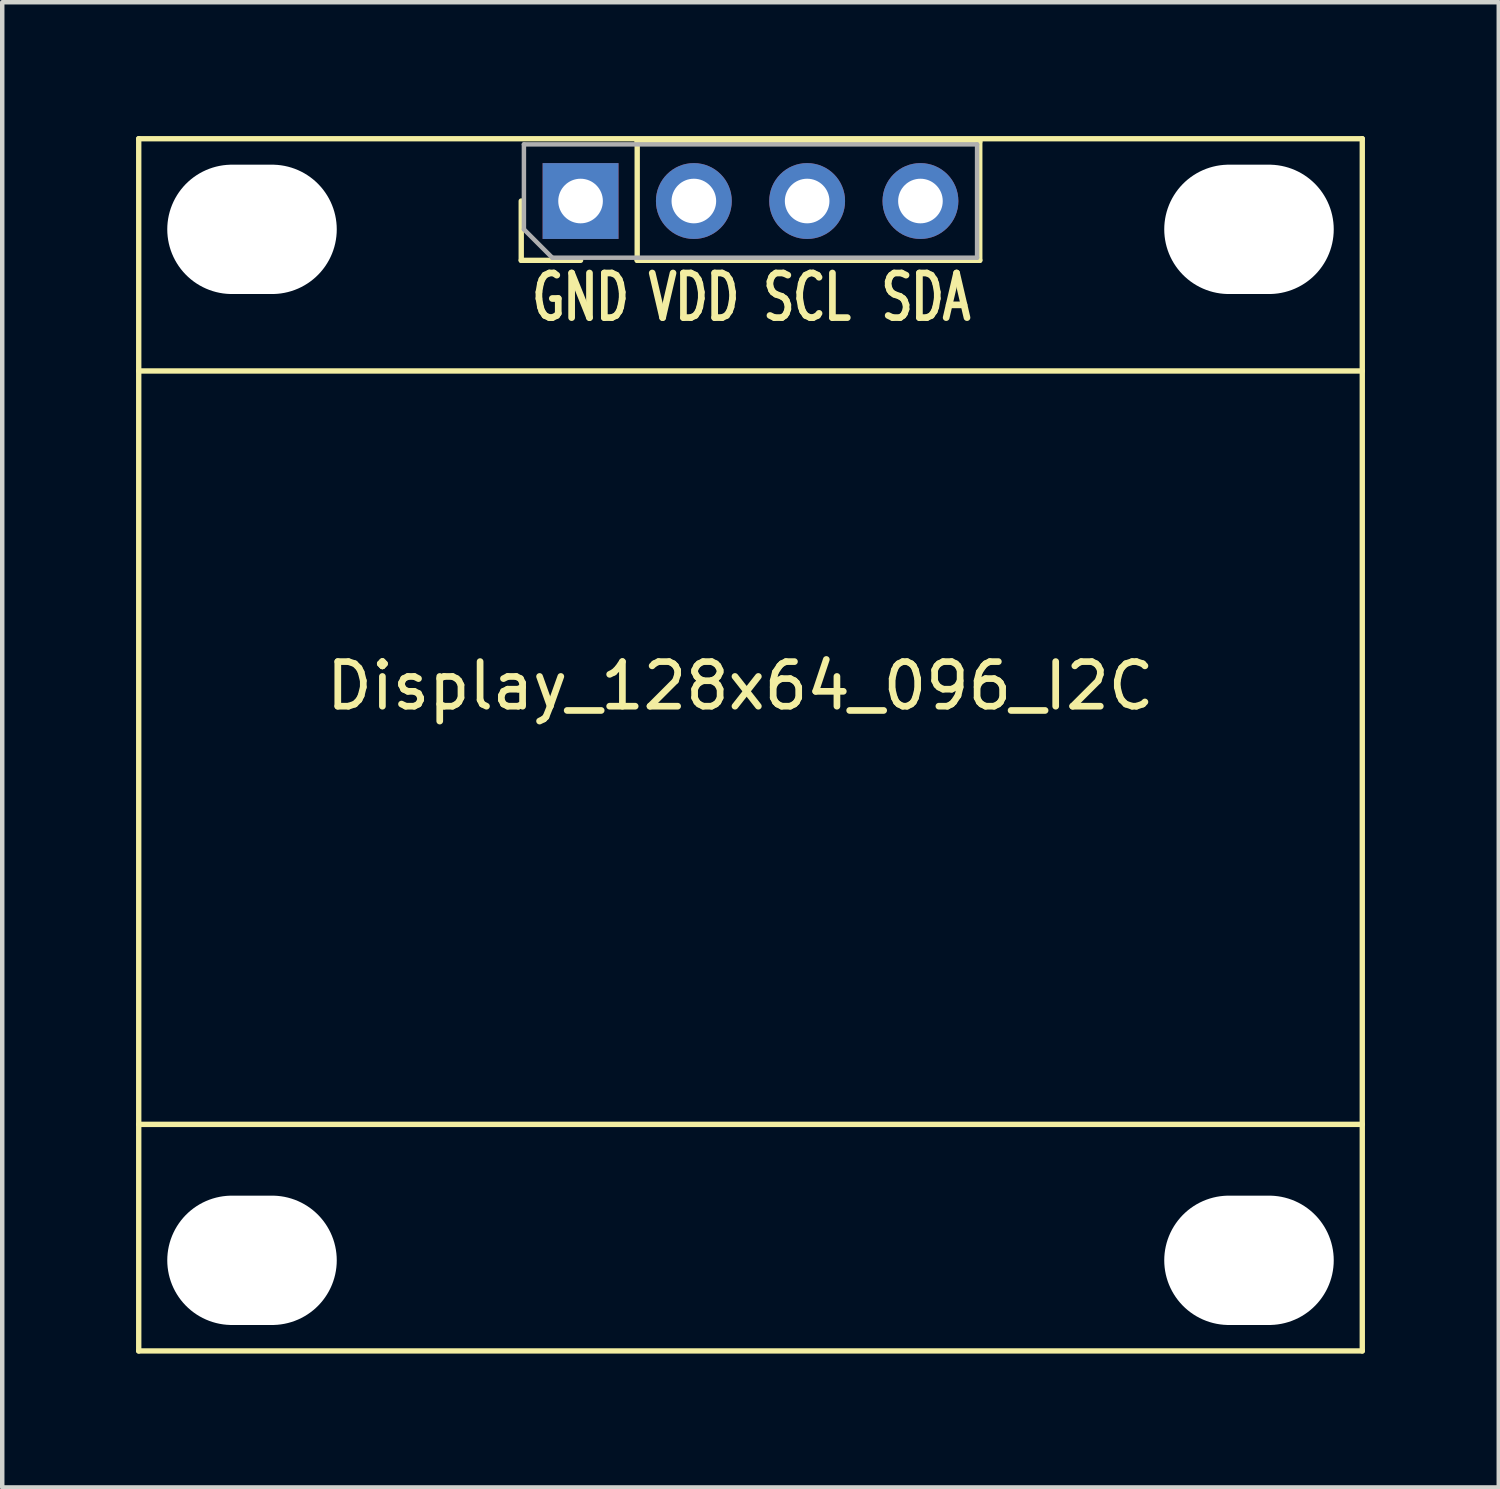
<source format=kicad_pcb>
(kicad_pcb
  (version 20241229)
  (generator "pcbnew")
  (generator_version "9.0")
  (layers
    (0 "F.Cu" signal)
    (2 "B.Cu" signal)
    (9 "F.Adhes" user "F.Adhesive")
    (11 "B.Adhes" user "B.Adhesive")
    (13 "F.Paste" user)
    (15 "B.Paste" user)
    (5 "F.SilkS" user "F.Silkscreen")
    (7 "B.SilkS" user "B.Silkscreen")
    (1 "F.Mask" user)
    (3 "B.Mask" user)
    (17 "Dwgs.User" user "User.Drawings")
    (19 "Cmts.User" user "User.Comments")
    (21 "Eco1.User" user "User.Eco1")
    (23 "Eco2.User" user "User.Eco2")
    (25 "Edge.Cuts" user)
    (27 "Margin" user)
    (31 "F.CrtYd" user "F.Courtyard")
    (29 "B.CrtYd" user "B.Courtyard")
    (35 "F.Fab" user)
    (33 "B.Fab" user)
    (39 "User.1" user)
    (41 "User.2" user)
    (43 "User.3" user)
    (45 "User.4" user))
  (footprint "Display_128x64_096_I2C"
    (layer "F.Cu")
    (at 13.776 1.457)
    (property "Reference" "Display_128x64_096_I2C" (at -0.229 10.871 0) (layer "F.SilkS") (effects (font (size 1 1) (thickness 0.15))))
    (attr through_hole)
    (fp_line (start -13.716 -1.397) (end 13.716 -1.397) (stroke (width 0.12) (type solid)) (layer "F.SilkS"))
    (fp_line (start -13.716 3.81) (end 13.716 3.81) (stroke (width 0.12) (type solid)) (layer "F.SilkS"))
    (fp_line (start -13.716 20.701) (end 13.716 20.701) (stroke (width 0.12) (type solid)) (layer "F.SilkS"))
    (fp_line (start -13.716 25.781) (end -13.716 -1.397) (stroke (width 0.12) (type solid)) (layer "F.SilkS"))
    (fp_line (start -5.14 1.33) (end -5.14 0) (stroke (width 0.12) (type solid)) (layer "F.SilkS"))
    (fp_line (start -3.81 1.33) (end -5.14 1.33) (stroke (width 0.12) (type solid)) (layer "F.SilkS"))
    (fp_line (start -2.54 -1.33) (end 5.14 -1.33) (stroke (width 0.12) (type solid)) (layer "F.SilkS"))
    (fp_line (start -2.54 1.33) (end -2.54 -1.33) (stroke (width 0.12) (type solid)) (layer "F.SilkS"))
    (fp_line (start -2.54 1.33) (end 5.14 1.33) (stroke (width 0.12) (type solid)) (layer "F.SilkS"))
    (fp_line (start 5.14 1.33) (end 5.14 -1.33) (stroke (width 0.12) (type solid)) (layer "F.SilkS"))
    (fp_line (start 13.716 25.781) (end -13.716 25.781) (stroke (width 0.12) (type solid)) (layer "F.SilkS"))
    (fp_line (start 13.716 25.781) (end 13.716 -1.397) (stroke (width 0.12) (type solid)) (layer "F.SilkS"))
    (fp_line (start -5.08 -1.27) (end 5.08 -1.27) (stroke (width 0.1) (type solid)) (layer "F.Fab"))
    (fp_line (start -5.08 0.635) (end -5.08 -1.27) (stroke (width 0.1) (type solid)) (layer "F.Fab"))
    (fp_line (start -4.445 1.27) (end -5.08 0.635) (stroke (width 0.1) (type solid)) (layer "F.Fab"))
    (fp_line (start 5.08 -1.27) (end 5.08 1.27) (stroke (width 0.1) (type solid)) (layer "F.Fab"))
    (fp_line (start 5.08 1.27) (end -4.445 1.27) (stroke (width 0.1) (type solid)) (layer "F.Fab"))
    (fp_text user "VDD" (at -1.27 2.159 0) (layer "F.SilkS") (effects (font (size 1 0.7) (thickness 0.15))))
    (fp_text user "GND" (at -3.81 2.159 0) (layer "F.SilkS") (effects (font (size 1 0.7) (thickness 0.15))))
    (fp_text user "SCL" (at 1.27 2.159 0) (layer "F.SilkS") (effects (font (size 1 0.7) (thickness 0.15))))
    (fp_text user "SDA" (at 3.937 2.159 0) (layer "F.SilkS") (effects (font (size 1 0.7) (thickness 0.15))))
    (pad "" np_thru_hole oval (at -11.176 0.635) (size 3.8 2.9) (drill oval 3.8 2.9) (layers "*.Cu" "*.Mask"))
    (pad "" np_thru_hole oval (at -11.176 23.749) (size 3.8 2.9) (drill oval 3.8 2.9) (layers "*.Cu" "*.Mask"))
    (pad "" np_thru_hole oval (at 11.176 0.635) (size 3.8 2.9) (drill oval 3.8 2.9) (layers "*.Cu" "*.Mask"))
    (pad "" np_thru_hole oval (at 11.176 23.749) (size 3.8 2.9) (drill oval 3.8 2.9) (layers "*.Cu" "*.Mask"))
    (pad "1" thru_hole rect (at -3.81 0 90) (size 1.7 1.7) (drill 1) (layers "*.Cu" "*.Mask"))
    (pad "2" thru_hole oval (at -1.27 0 90) (size 1.7 1.7) (drill 1) (layers "*.Cu" "*.Mask"))
    (pad "3" thru_hole oval (at 1.27 0 90) (size 1.7 1.7) (drill 1) (layers "*.Cu" "*.Mask"))
    (pad "4" thru_hole oval (at 3.81 0 90) (size 1.7 1.7) (drill 1) (layers "*.Cu" "*.Mask")))
  (gr_rect
    (start -3 -3)
    (end 30.552 30.298)
    (stroke (width 0.1) (type default))
    (fill no)
    (layer "Edge.Cuts")))
</source>
